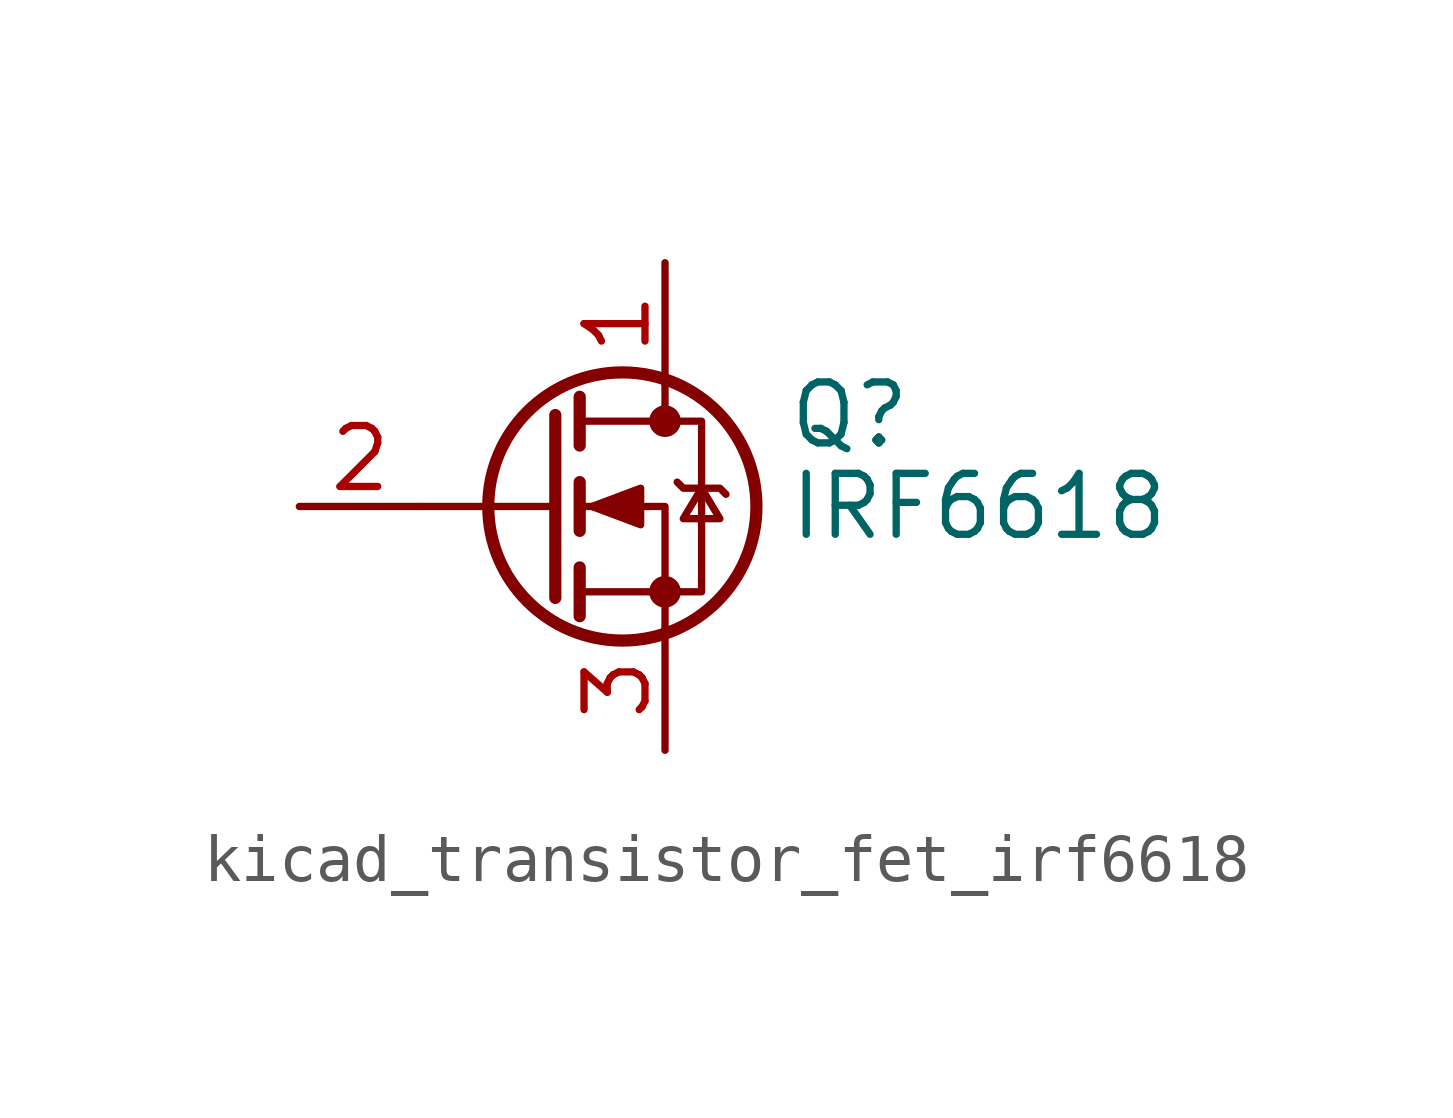
<source format=kicad_sym>
(kicad_symbol_lib
  (version 20220914)
  (generator kicad_symbol_editor)
  (symbol "kicad_transistor_fet_irf6618"
    (pin_names hide)
    (property "Reference" "Q"
      (at 5.08 1.905 0)
      (effects (font (size 1.27 1.27)) (justify left)))
    (property "Value" "IRF6618"
      (at 5.08 0 0)
      (effects (font (size 1.27 1.27)) (justify left)))
    (symbol "kicad_transistor_fet_irf6618_0_1"
      (polyline (pts (xy 0.254 0) (xy -2.54 0)) (stroke (width 0) (type default)) (fill (type none)))
      (polyline (pts (xy 0.254 1.905) (xy 0.254 -1.905)) (stroke (width 0.254) (type default)) (fill (type none)))
      (polyline (pts (xy 0.762 -1.27) (xy 0.762 -2.286)) (stroke (width 0.254) (type default)) (fill (type none)))
      (polyline (pts (xy 0.762 0.508) (xy 0.762 -0.508)) (stroke (width 0.254) (type default)) (fill (type none)))
      (polyline (pts (xy 0.762 2.286) (xy 0.762 1.27)) (stroke (width 0.254) (type default)) (fill (type none)))
      (polyline (pts (xy 2.54 2.54) (xy 2.54 1.778)) (stroke (width 0) (type default)) (fill (type none)))
      (polyline (pts (xy 2.54 -2.54) (xy 2.54 0) (xy 0.762 0)) (stroke (width 0) (type default)) (fill (type none)))
      (polyline (pts (xy 0.762 -1.778) (xy 3.302 -1.778) (xy 3.302 1.778) (xy 0.762 1.778)) (stroke (width 0) (type default)) (fill (type none)))
      (polyline (pts (xy 1.016 0) (xy 2.032 0.381) (xy 2.032 -0.381) (xy 1.016 0)) (stroke (width 0) (type default)) (fill (type outline)))
      (polyline (pts (xy 2.794 0.508) (xy 2.921 0.381) (xy 3.683 0.381) (xy 3.81 0.254)) (stroke (width 0) (type default)) (fill (type none)))
      (polyline (pts (xy 3.302 0.381) (xy 2.921 -0.254) (xy 3.683 -0.254) (xy 3.302 0.381)) (stroke (width 0) (type default)) (fill (type none)))
      (circle (center 1.651 0) (radius 2.794) (stroke (width 0.254) (type default)) (fill (type none)))
      (circle (center 2.54 -1.778) (radius 0.254) (stroke (width 0) (type default)) (fill (type outline)))
      (circle (center 2.54 1.778) (radius 0.254) (stroke (width 0) (type default)) (fill (type outline))))
    (symbol "kicad_transistor_fet_irf6618_1_1"
      (pin passive line (at 2.54 5.08 270) (length 2.54) (name "D" (effects (font (size 1.27 1.27)))) (number "1" (effects (font (size 1.27 1.27)))))
      (pin input line (at -5.08 0 0) (length 2.54) (name "G" (effects (font (size 1.27 1.27)))) (number "2" (effects (font (size 1.27 1.27)))))
      (pin passive line (at 2.54 -5.08 90) (length 2.54) (name "S" (effects (font (size 1.27 1.27)))) (number "3" (effects (font (size 1.27 1.27))))))))
</source>
